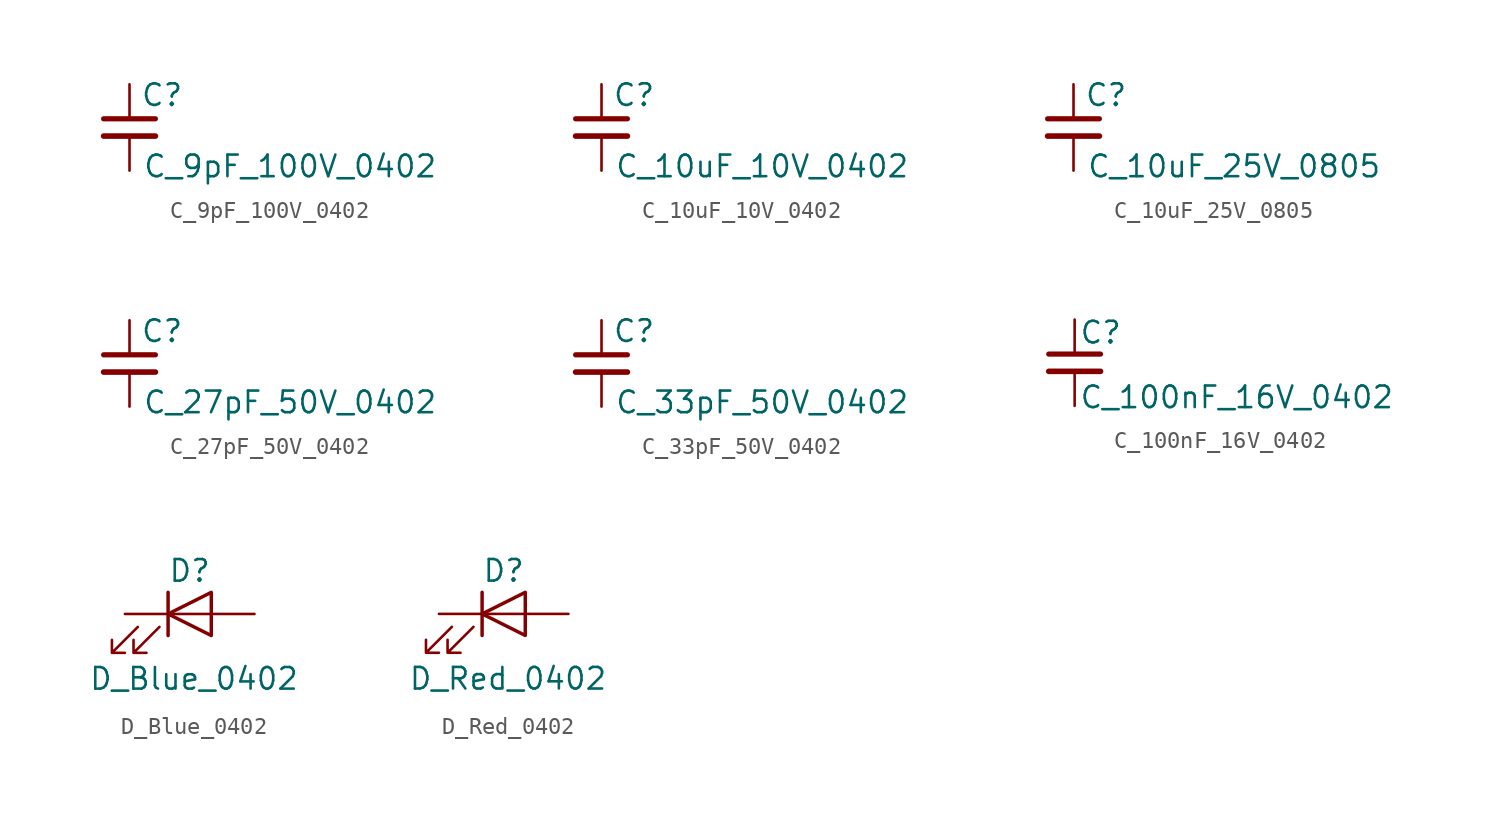
<source format=kicad_sym>
(kicad_symbol_lib
  (version 20211014)
  (generator kicad_symbol_editor)
  (symbol "C_9pF_100V_0402"
    (pin_numbers hide)
    (pin_names
      (offset 0.254) hide)
    (property "Reference" "C"
      (at 0.635 1.905 0)
      (effects (font (size 1.27 1.27)) (justify left)))
    (property "Value" "C_9pF_100V_0402"
      (at 0.762 -2.286 0)
      (effects (font (size 1.27 1.27)) (justify left)))
    (symbol "C_9pF_100V_0402_1_1"
      (polyline (pts (xy -1.524 -0.508) (xy 1.524 -0.508)) (stroke (width 0.33) (type default) (color 0 0 0 0)) (fill (type none)))
      (polyline (pts (xy -1.524 0.508) (xy 1.524 0.508)) (stroke (width 0.305) (type default) (color 0 0 0 0)) (fill (type none)))
      (pin passive line (at 0 2.54 270) (length 2.032) (name "~" (effects (font (size 1.27 1.27)))) (number "1" (effects (font (size 1.27 1.27)))))
      (pin passive line (at 0 -2.54 90) (length 2.032) (name "~" (effects (font (size 1.27 1.27)))) (number "2" (effects (font (size 1.27 1.27)))))))
  (symbol "C_10uF_10V_0402"
    (pin_numbers hide)
    (pin_names
      (offset 0.254) hide)
    (property "Reference" "C"
      (at 0.635 1.905 0)
      (effects (font (size 1.27 1.27)) (justify left)))
    (property "Value" "C_10uF_10V_0402"
      (at 0.762 -2.286 0)
      (effects (font (size 1.27 1.27)) (justify left)))
    (symbol "C_10uF_10V_0402_1_1"
      (polyline (pts (xy -1.524 -0.508) (xy 1.524 -0.508)) (stroke (width 0.33) (type default) (color 0 0 0 0)) (fill (type none)))
      (polyline (pts (xy -1.524 0.508) (xy 1.524 0.508)) (stroke (width 0.305) (type default) (color 0 0 0 0)) (fill (type none)))
      (pin passive line (at 0 2.54 270) (length 2.032) (name "~" (effects (font (size 1.27 1.27)))) (number "1" (effects (font (size 1.27 1.27)))))
      (pin passive line (at 0 -2.54 90) (length 2.032) (name "~" (effects (font (size 1.27 1.27)))) (number "2" (effects (font (size 1.27 1.27)))))))
  (symbol "C_10uF_25V_0805"
    (pin_numbers hide)
    (pin_names
      (offset 0.254) hide)
    (property "Reference" "C"
      (at 0.635 1.905 0)
      (effects (font (size 1.27 1.27)) (justify left)))
    (property "Value" "C_10uF_25V_0805"
      (at 0.762 -2.286 0)
      (effects (font (size 1.27 1.27)) (justify left)))
    (symbol "C_10uF_25V_0805_1_1"
      (polyline (pts (xy -1.524 -0.508) (xy 1.524 -0.508)) (stroke (width 0.33) (type default) (color 0 0 0 0)) (fill (type none)))
      (polyline (pts (xy -1.524 0.508) (xy 1.524 0.508)) (stroke (width 0.305) (type default) (color 0 0 0 0)) (fill (type none)))
      (pin passive line (at 0 2.54 270) (length 2.032) (name "~" (effects (font (size 1.27 1.27)))) (number "1" (effects (font (size 1.27 1.27)))))
      (pin passive line (at 0 -2.54 90) (length 2.032) (name "~" (effects (font (size 1.27 1.27)))) (number "2" (effects (font (size 1.27 1.27)))))))
  (symbol "C_27pF_50V_0402"
    (pin_numbers hide)
    (pin_names
      (offset 0.254) hide)
    (property "Reference" "C"
      (at 0.635 1.905 0)
      (effects (font (size 1.27 1.27)) (justify left)))
    (property "Value" "C_27pF_50V_0402"
      (at 0.762 -2.286 0)
      (effects (font (size 1.27 1.27)) (justify left)))
    (symbol "C_27pF_50V_0402_1_1"
      (polyline (pts (xy -1.524 -0.508) (xy 1.524 -0.508)) (stroke (width 0.33) (type default) (color 0 0 0 0)) (fill (type none)))
      (polyline (pts (xy -1.524 0.508) (xy 1.524 0.508)) (stroke (width 0.305) (type default) (color 0 0 0 0)) (fill (type none)))
      (pin passive line (at 0 2.54 270) (length 2.032) (name "~" (effects (font (size 1.27 1.27)))) (number "1" (effects (font (size 1.27 1.27)))))
      (pin passive line (at 0 -2.54 90) (length 2.032) (name "~" (effects (font (size 1.27 1.27)))) (number "2" (effects (font (size 1.27 1.27)))))))
  (symbol "C_33pF_50V_0402"
    (pin_numbers hide)
    (pin_names
      (offset 0.254) hide)
    (property "Reference" "C"
      (at 0.635 1.905 0)
      (effects (font (size 1.27 1.27)) (justify left)))
    (property "Value" "C_33pF_50V_0402"
      (at 0.762 -2.286 0)
      (effects (font (size 1.27 1.27)) (justify left)))
    (symbol "C_33pF_50V_0402_1_1"
      (polyline (pts (xy -1.524 -0.508) (xy 1.524 -0.508)) (stroke (width 0.33) (type default) (color 0 0 0 0)) (fill (type none)))
      (polyline (pts (xy -1.524 0.508) (xy 1.524 0.508)) (stroke (width 0.305) (type default) (color 0 0 0 0)) (fill (type none)))
      (pin passive line (at 0 2.54 270) (length 2.032) (name "~" (effects (font (size 1.27 1.27)))) (number "1" (effects (font (size 1.27 1.27)))))
      (pin passive line (at 0 -2.54 90) (length 2.032) (name "~" (effects (font (size 1.27 1.27)))) (number "2" (effects (font (size 1.27 1.27)))))))
  (symbol "C_100nF_16V_0402"
    (pin_numbers hide)
    (pin_names
      (offset 0.254) hide)
    (property "Reference" "C"
      (at 0.254 1.778 0)
      (effects (font (size 1.27 1.27)) (justify left)))
    (property "Value" "C_100nF_16V_0402"
      (at 0.254 -2.032 0)
      (effects (font (size 1.27 1.27)) (justify left)))
    (symbol "C_100nF_16V_0402_0_1"
      (polyline (pts (xy -1.524 -0.508) (xy 1.524 -0.508)) (stroke (width 0.33) (type default) (color 0 0 0 0)) (fill (type none)))
      (polyline (pts (xy -1.524 0.508) (xy 1.524 0.508)) (stroke (width 0.305) (type default) (color 0 0 0 0)) (fill (type none))))
    (symbol "C_100nF_16V_0402_1_1"
      (pin passive line (at 0 2.54 270) (length 2.032) (name "~" (effects (font (size 1.27 1.27)))) (number "1" (effects (font (size 1.27 1.27)))))
      (pin passive line (at 0 -2.54 90) (length 2.032) (name "~" (effects (font (size 1.27 1.27)))) (number "2" (effects (font (size 1.27 1.27)))))))
  (symbol "D_Blue_0402"
    (pin_numbers hide)
    (pin_names
      (offset 1.016) hide)
    (property "Reference" "D"
      (at 0 2.54 0)
      (effects (font (size 1.27 1.27))))
    (property "Value" "D_Blue_0402"
      (at 0.254 -3.81 0)
      (effects (font (size 1.27 1.27))))
    (symbol "D_Blue_0402_0_1"
      (polyline (pts (xy -1.27 -1.27) (xy -1.27 1.27)) (stroke (width 0.203) (type default) (color 0 0 0 0)) (fill (type none)))
      (polyline (pts (xy -1.27 0) (xy 1.27 0)) (stroke (width 0) (type default) (color 0 0 0 0)) (fill (type none)))
      (polyline (pts (xy 1.27 -1.27) (xy 1.27 1.27) (xy -1.27 0) (xy 1.27 -1.27)) (stroke (width 0.203) (type default) (color 0 0 0 0)) (fill (type none)))
      (polyline (pts (xy -3.048 -0.762) (xy -4.572 -2.286) (xy -3.81 -2.286) (xy -4.572 -2.286) (xy -4.572 -1.524)) (stroke (width 0) (type default) (color 0 0 0 0)) (fill (type none)))
      (polyline (pts (xy -1.778 -0.762) (xy -3.302 -2.286) (xy -2.54 -2.286) (xy -3.302 -2.286) (xy -3.302 -1.524)) (stroke (width 0) (type default) (color 0 0 0 0)) (fill (type none))))
    (symbol "D_Blue_0402_1_1"
      (pin passive line (at -3.81 0 0) (length 2.54) (name "K" (effects (font (size 1.27 1.27)))) (number "1" (effects (font (size 1.27 1.27)))))
      (pin passive line (at 3.81 0 180) (length 2.54) (name "A" (effects (font (size 1.27 1.27)))) (number "2" (effects (font (size 1.27 1.27)))))))
  (symbol "D_Red_0402"
    (pin_numbers hide)
    (pin_names
      (offset 1.016) hide)
    (property "Reference" "D"
      (at 0 2.54 0)
      (effects (font (size 1.27 1.27))))
    (property "Value" "D_Red_0402"
      (at 0.254 -3.81 0)
      (effects (font (size 1.27 1.27))))
    (symbol "D_Red_0402_0_1"
      (polyline (pts (xy -1.27 -1.27) (xy -1.27 1.27)) (stroke (width 0.203) (type default) (color 0 0 0 0)) (fill (type none)))
      (polyline (pts (xy -1.27 0) (xy 1.27 0)) (stroke (width 0) (type default) (color 0 0 0 0)) (fill (type none)))
      (polyline (pts (xy 1.27 -1.27) (xy 1.27 1.27) (xy -1.27 0) (xy 1.27 -1.27)) (stroke (width 0.203) (type default) (color 0 0 0 0)) (fill (type none)))
      (polyline (pts (xy -3.048 -0.762) (xy -4.572 -2.286) (xy -3.81 -2.286) (xy -4.572 -2.286) (xy -4.572 -1.524)) (stroke (width 0) (type default) (color 0 0 0 0)) (fill (type none)))
      (polyline (pts (xy -1.778 -0.762) (xy -3.302 -2.286) (xy -2.54 -2.286) (xy -3.302 -2.286) (xy -3.302 -1.524)) (stroke (width 0) (type default) (color 0 0 0 0)) (fill (type none))))
    (symbol "D_Red_0402_1_1"
      (pin passive line (at -3.81 0 0) (length 2.54) (name "K" (effects (font (size 1.27 1.27)))) (number "1" (effects (font (size 1.27 1.27)))))
      (pin passive line (at 3.81 0 180) (length 2.54) (name "A" (effects (font (size 1.27 1.27)))) (number "2" (effects (font (size 1.27 1.27))))))))
</source>
